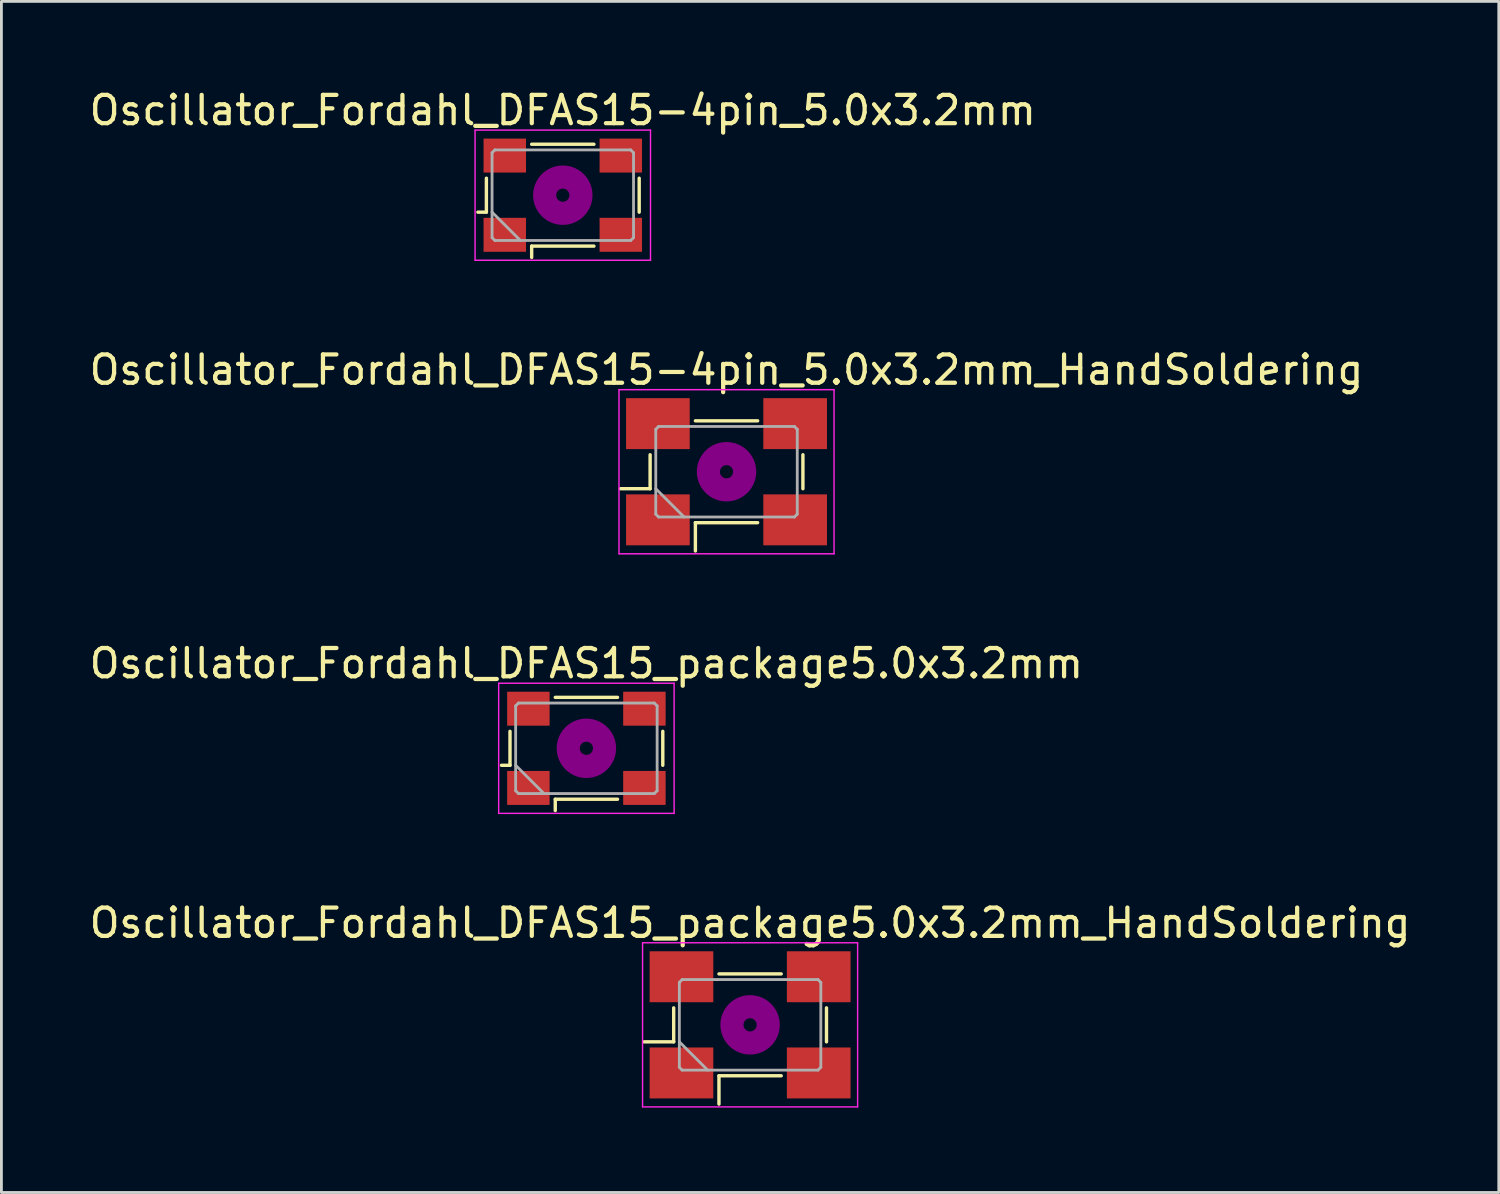
<source format=kicad_pcb>
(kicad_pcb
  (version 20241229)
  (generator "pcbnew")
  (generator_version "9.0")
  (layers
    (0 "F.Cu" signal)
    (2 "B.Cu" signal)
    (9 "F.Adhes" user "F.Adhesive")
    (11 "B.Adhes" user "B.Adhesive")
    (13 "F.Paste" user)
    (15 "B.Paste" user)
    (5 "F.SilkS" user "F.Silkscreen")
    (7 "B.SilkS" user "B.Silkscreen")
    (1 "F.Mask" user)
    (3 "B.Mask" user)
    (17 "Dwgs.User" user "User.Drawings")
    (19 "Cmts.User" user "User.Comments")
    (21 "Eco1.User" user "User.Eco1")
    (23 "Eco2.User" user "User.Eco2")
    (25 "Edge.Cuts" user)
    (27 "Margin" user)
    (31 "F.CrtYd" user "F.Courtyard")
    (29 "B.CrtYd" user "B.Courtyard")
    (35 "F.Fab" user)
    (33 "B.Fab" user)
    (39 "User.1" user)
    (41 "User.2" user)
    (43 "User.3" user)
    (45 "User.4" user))
  (footprint "Oscillator_Fordahl_DFAS15-4pin_5.0x3.2mm_HandSoldering"
    (layer "F.Cu")
    (at 22.625 13.621)
    (property "Reference" "Oscillator_Fordahl_DFAS15-4pin_5.0x3.2mm_HandSoldering" (at 0 -3.6 0) (layer "F.SilkS") (effects (font (size 1 1) (thickness 0.15))))
    (attr smd)
    (fp_line (start -3.75 0.6) (end -2.7 0.6) (stroke (width 0.12) (type solid)) (layer "F.SilkS"))
    (fp_line (start -2.7 0.6) (end -2.7 -0.6) (stroke (width 0.12) (type solid)) (layer "F.SilkS"))
    (fp_line (start -1.1 -1.8) (end 1.1 -1.8) (stroke (width 0.12) (type solid)) (layer "F.SilkS"))
    (fp_line (start -1.1 1.8) (end -1.1 2.8) (stroke (width 0.12) (type solid)) (layer "F.SilkS"))
    (fp_line (start 1.1 1.8) (end -1.1 1.8) (stroke (width 0.12) (type solid)) (layer "F.SilkS"))
    (fp_line (start 2.7 -0.6) (end 2.7 0.6) (stroke (width 0.12) (type solid)) (layer "F.SilkS"))
    (fp_circle (center 0 0) (end 0.233 0) (stroke (width 0.467) (type solid)) (fill no) (layer "F.Adhes"))
    (fp_circle (center 0 0) (end 0.533 0) (stroke (width 0.333) (type solid)) (fill no) (layer "F.Adhes"))
    (fp_circle (center 0 0) (end 0.833 0) (stroke (width 0.333) (type solid)) (fill no) (layer "F.Adhes"))
    (fp_circle (center 0 0) (end 1 0) (stroke (width 0.1) (type solid)) (fill no) (layer "F.Adhes"))
    (fp_line (start -3.8 -2.9) (end -3.8 2.9) (stroke (width 0.05) (type solid)) (layer "F.CrtYd"))
    (fp_line (start -3.8 2.9) (end 3.8 2.9) (stroke (width 0.05) (type solid)) (layer "F.CrtYd"))
    (fp_line (start 3.8 -2.9) (end -3.8 -2.9) (stroke (width 0.05) (type solid)) (layer "F.CrtYd"))
    (fp_line (start 3.8 2.9) (end 3.8 -2.9) (stroke (width 0.05) (type solid)) (layer "F.CrtYd"))
    (fp_line (start -2.5 -1.5) (end -2.4 -1.6) (stroke (width 0.1) (type solid)) (layer "F.Fab"))
    (fp_line (start -2.5 0.6) (end -1.5 1.6) (stroke (width 0.1) (type solid)) (layer "F.Fab"))
    (fp_line (start -2.5 1.5) (end -2.5 -1.5) (stroke (width 0.1) (type solid)) (layer "F.Fab"))
    (fp_line (start -2.4 -1.6) (end 2.4 -1.6) (stroke (width 0.1) (type solid)) (layer "F.Fab"))
    (fp_line (start -2.4 1.6) (end -2.5 1.5) (stroke (width 0.1) (type solid)) (layer "F.Fab"))
    (fp_line (start 2.4 -1.6) (end 2.5 -1.5) (stroke (width 0.1) (type solid)) (layer "F.Fab"))
    (fp_line (start 2.4 1.6) (end -2.4 1.6) (stroke (width 0.1) (type solid)) (layer "F.Fab"))
    (fp_line (start 2.5 -1.5) (end 2.5 1.5) (stroke (width 0.1) (type solid)) (layer "F.Fab"))
    (fp_line (start 2.5 1.5) (end 2.4 1.6) (stroke (width 0.1) (type solid)) (layer "F.Fab"))
    (pad "1" smd rect (at -2.425 1.7) (size 2.25 1.8) (layers "F.Cu" "F.Mask"))
    (pad "2" smd rect (at 2.425 1.7) (size 2.25 1.8) (layers "F.Cu" "F.Mask"))
    (pad "3" smd rect (at 2.425 -1.7) (size 2.25 1.8) (layers "F.Cu" "F.Mask"))
    (pad "4" smd rect (at -2.425 -1.7) (size 2.25 1.8) (layers "F.Cu" "F.Mask")))
  (footprint "Oscillator_Fordahl_DFAS15_package5.0x3.2mm_HandSoldering"
    (layer "F.Cu")
    (at 23.458 33.168)
    (property "Reference" "Oscillator_Fordahl_DFAS15_package5.0x3.2mm_HandSoldering" (at 0 -3.6 0) (layer "F.SilkS") (effects (font (size 1 1) (thickness 0.15))))
    (attr smd)
    (fp_line (start -3.75 0.6) (end -2.7 0.6) (stroke (width 0.12) (type solid)) (layer "F.SilkS"))
    (fp_line (start -2.7 0.6) (end -2.7 -0.6) (stroke (width 0.12) (type solid)) (layer "F.SilkS"))
    (fp_line (start -1.1 -1.8) (end 1.1 -1.8) (stroke (width 0.12) (type solid)) (layer "F.SilkS"))
    (fp_line (start -1.1 1.8) (end -1.1 2.8) (stroke (width 0.12) (type solid)) (layer "F.SilkS"))
    (fp_line (start 1.1 1.8) (end -1.1 1.8) (stroke (width 0.12) (type solid)) (layer "F.SilkS"))
    (fp_line (start 2.7 -0.6) (end 2.7 0.6) (stroke (width 0.12) (type solid)) (layer "F.SilkS"))
    (fp_circle (center 0 0) (end 0.233 0) (stroke (width 0.467) (type solid)) (fill no) (layer "F.Adhes"))
    (fp_circle (center 0 0) (end 0.533 0) (stroke (width 0.333) (type solid)) (fill no) (layer "F.Adhes"))
    (fp_circle (center 0 0) (end 0.833 0) (stroke (width 0.333) (type solid)) (fill no) (layer "F.Adhes"))
    (fp_circle (center 0 0) (end 1 0) (stroke (width 0.1) (type solid)) (fill no) (layer "F.Adhes"))
    (fp_line (start -3.8 -2.9) (end -3.8 2.9) (stroke (width 0.05) (type solid)) (layer "F.CrtYd"))
    (fp_line (start -3.8 2.9) (end 3.8 2.9) (stroke (width 0.05) (type solid)) (layer "F.CrtYd"))
    (fp_line (start 3.8 -2.9) (end -3.8 -2.9) (stroke (width 0.05) (type solid)) (layer "F.CrtYd"))
    (fp_line (start 3.8 2.9) (end 3.8 -2.9) (stroke (width 0.05) (type solid)) (layer "F.CrtYd"))
    (fp_line (start -2.5 -1.5) (end -2.4 -1.6) (stroke (width 0.1) (type solid)) (layer "F.Fab"))
    (fp_line (start -2.5 0.6) (end -1.5 1.6) (stroke (width 0.1) (type solid)) (layer "F.Fab"))
    (fp_line (start -2.5 1.5) (end -2.5 -1.5) (stroke (width 0.1) (type solid)) (layer "F.Fab"))
    (fp_line (start -2.4 -1.6) (end 2.4 -1.6) (stroke (width 0.1) (type solid)) (layer "F.Fab"))
    (fp_line (start -2.4 1.6) (end -2.5 1.5) (stroke (width 0.1) (type solid)) (layer "F.Fab"))
    (fp_line (start 2.4 -1.6) (end 2.5 -1.5) (stroke (width 0.1) (type solid)) (layer "F.Fab"))
    (fp_line (start 2.4 1.6) (end -2.4 1.6) (stroke (width 0.1) (type solid)) (layer "F.Fab"))
    (fp_line (start 2.5 -1.5) (end 2.5 1.5) (stroke (width 0.1) (type solid)) (layer "F.Fab"))
    (fp_line (start 2.5 1.5) (end 2.4 1.6) (stroke (width 0.1) (type solid)) (layer "F.Fab"))
    (pad "1" smd rect (at -2.425 1.7) (size 2.25 1.8) (layers "F.Cu" "F.Mask"))
    (pad "2" smd rect (at 2.425 1.7) (size 2.25 1.8) (layers "F.Cu" "F.Mask"))
    (pad "3" smd rect (at 2.425 -1.7) (size 2.25 1.8) (layers "F.Cu" "F.Mask"))
    (pad "4" smd rect (at -2.425 -1.7) (size 2.25 1.8) (layers "F.Cu" "F.Mask")))
  (footprint "Oscillator_Fordahl_DFAS15-4pin_5.0x3.2mm"
    (layer "F.Cu")
    (at 16.839 3.848)
    (property "Reference" "Oscillator_Fordahl_DFAS15-4pin_5.0x3.2mm" (at 0 -3 0) (layer "F.SilkS") (effects (font (size 1 1) (thickness 0.15))))
    (attr smd)
    (fp_line (start -3 0.6) (end -2.7 0.6) (stroke (width 0.12) (type solid)) (layer "F.SilkS"))
    (fp_line (start -2.7 0.6) (end -2.7 -0.6) (stroke (width 0.12) (type solid)) (layer "F.SilkS"))
    (fp_line (start -1.1 -1.8) (end 1.1 -1.8) (stroke (width 0.12) (type solid)) (layer "F.SilkS"))
    (fp_line (start -1.1 1.8) (end -1.1 2.2) (stroke (width 0.12) (type solid)) (layer "F.SilkS"))
    (fp_line (start 1.1 1.8) (end -1.1 1.8) (stroke (width 0.12) (type solid)) (layer "F.SilkS"))
    (fp_line (start 2.7 -0.6) (end 2.7 0.6) (stroke (width 0.12) (type solid)) (layer "F.SilkS"))
    (fp_circle (center 0 0) (end 0.233 0) (stroke (width 0.467) (type solid)) (fill no) (layer "F.Adhes"))
    (fp_circle (center 0 0) (end 0.533 0) (stroke (width 0.333) (type solid)) (fill no) (layer "F.Adhes"))
    (fp_circle (center 0 0) (end 0.833 0) (stroke (width 0.333) (type solid)) (fill no) (layer "F.Adhes"))
    (fp_circle (center 0 0) (end 1 0) (stroke (width 0.1) (type solid)) (fill no) (layer "F.Adhes"))
    (fp_line (start -3.1 -2.3) (end -3.1 2.3) (stroke (width 0.05) (type solid)) (layer "F.CrtYd"))
    (fp_line (start -3.1 2.3) (end 3.1 2.3) (stroke (width 0.05) (type solid)) (layer "F.CrtYd"))
    (fp_line (start 3.1 -2.3) (end -3.1 -2.3) (stroke (width 0.05) (type solid)) (layer "F.CrtYd"))
    (fp_line (start 3.1 2.3) (end 3.1 -2.3) (stroke (width 0.05) (type solid)) (layer "F.CrtYd"))
    (fp_line (start -2.5 -1.5) (end -2.4 -1.6) (stroke (width 0.1) (type solid)) (layer "F.Fab"))
    (fp_line (start -2.5 0.6) (end -1.5 1.6) (stroke (width 0.1) (type solid)) (layer "F.Fab"))
    (fp_line (start -2.5 1.5) (end -2.5 -1.5) (stroke (width 0.1) (type solid)) (layer "F.Fab"))
    (fp_line (start -2.4 -1.6) (end 2.4 -1.6) (stroke (width 0.1) (type solid)) (layer "F.Fab"))
    (fp_line (start -2.4 1.6) (end -2.5 1.5) (stroke (width 0.1) (type solid)) (layer "F.Fab"))
    (fp_line (start 2.4 -1.6) (end 2.5 -1.5) (stroke (width 0.1) (type solid)) (layer "F.Fab"))
    (fp_line (start 2.4 1.6) (end -2.4 1.6) (stroke (width 0.1) (type solid)) (layer "F.Fab"))
    (fp_line (start 2.5 -1.5) (end 2.5 1.5) (stroke (width 0.1) (type solid)) (layer "F.Fab"))
    (fp_line (start 2.5 1.5) (end 2.4 1.6) (stroke (width 0.1) (type solid)) (layer "F.Fab"))
    (pad "1" smd rect (at -2.05 1.4) (size 1.5 1.2) (layers "F.Cu" "F.Mask"))
    (pad "2" smd rect (at 2.05 1.4) (size 1.5 1.2) (layers "F.Cu" "F.Mask"))
    (pad "3" smd rect (at 2.05 -1.4) (size 1.5 1.2) (layers "F.Cu" "F.Mask"))
    (pad "4" smd rect (at -2.05 -1.4) (size 1.5 1.2) (layers "F.Cu" "F.Mask")))
  (footprint "Oscillator_Fordahl_DFAS15_package5.0x3.2mm"
    (layer "F.Cu")
    (at 17.673 23.395)
    (property "Reference" "Oscillator_Fordahl_DFAS15_package5.0x3.2mm" (at 0 -3 0) (layer "F.SilkS") (effects (font (size 1 1) (thickness 0.15))))
    (attr smd)
    (fp_line (start -3 0.6) (end -2.7 0.6) (stroke (width 0.12) (type solid)) (layer "F.SilkS"))
    (fp_line (start -2.7 0.6) (end -2.7 -0.6) (stroke (width 0.12) (type solid)) (layer "F.SilkS"))
    (fp_line (start -1.1 -1.8) (end 1.1 -1.8) (stroke (width 0.12) (type solid)) (layer "F.SilkS"))
    (fp_line (start -1.1 1.8) (end -1.1 2.2) (stroke (width 0.12) (type solid)) (layer "F.SilkS"))
    (fp_line (start 1.1 1.8) (end -1.1 1.8) (stroke (width 0.12) (type solid)) (layer "F.SilkS"))
    (fp_line (start 2.7 -0.6) (end 2.7 0.6) (stroke (width 0.12) (type solid)) (layer "F.SilkS"))
    (fp_circle (center 0 0) (end 0.233 0) (stroke (width 0.467) (type solid)) (fill no) (layer "F.Adhes"))
    (fp_circle (center 0 0) (end 0.533 0) (stroke (width 0.333) (type solid)) (fill no) (layer "F.Adhes"))
    (fp_circle (center 0 0) (end 0.833 0) (stroke (width 0.333) (type solid)) (fill no) (layer "F.Adhes"))
    (fp_circle (center 0 0) (end 1 0) (stroke (width 0.1) (type solid)) (fill no) (layer "F.Adhes"))
    (fp_line (start -3.1 -2.3) (end -3.1 2.3) (stroke (width 0.05) (type solid)) (layer "F.CrtYd"))
    (fp_line (start -3.1 2.3) (end 3.1 2.3) (stroke (width 0.05) (type solid)) (layer "F.CrtYd"))
    (fp_line (start 3.1 -2.3) (end -3.1 -2.3) (stroke (width 0.05) (type solid)) (layer "F.CrtYd"))
    (fp_line (start 3.1 2.3) (end 3.1 -2.3) (stroke (width 0.05) (type solid)) (layer "F.CrtYd"))
    (fp_line (start -2.5 -1.5) (end -2.4 -1.6) (stroke (width 0.1) (type solid)) (layer "F.Fab"))
    (fp_line (start -2.5 0.6) (end -1.5 1.6) (stroke (width 0.1) (type solid)) (layer "F.Fab"))
    (fp_line (start -2.5 1.5) (end -2.5 -1.5) (stroke (width 0.1) (type solid)) (layer "F.Fab"))
    (fp_line (start -2.4 -1.6) (end 2.4 -1.6) (stroke (width 0.1) (type solid)) (layer "F.Fab"))
    (fp_line (start -2.4 1.6) (end -2.5 1.5) (stroke (width 0.1) (type solid)) (layer "F.Fab"))
    (fp_line (start 2.4 -1.6) (end 2.5 -1.5) (stroke (width 0.1) (type solid)) (layer "F.Fab"))
    (fp_line (start 2.4 1.6) (end -2.4 1.6) (stroke (width 0.1) (type solid)) (layer "F.Fab"))
    (fp_line (start 2.5 -1.5) (end 2.5 1.5) (stroke (width 0.1) (type solid)) (layer "F.Fab"))
    (fp_line (start 2.5 1.5) (end 2.4 1.6) (stroke (width 0.1) (type solid)) (layer "F.Fab"))
    (pad "1" smd rect (at -2.05 1.4) (size 1.5 1.2) (layers "F.Cu" "F.Mask"))
    (pad "2" smd rect (at 2.05 1.4) (size 1.5 1.2) (layers "F.Cu" "F.Mask"))
    (pad "3" smd rect (at 2.05 -1.4) (size 1.5 1.2) (layers "F.Cu" "F.Mask"))
    (pad "4" smd rect (at -2.05 -1.4) (size 1.5 1.2) (layers "F.Cu" "F.Mask")))
  (gr_rect
    (start -3 -3)
    (end 49.917 39.093)
    (stroke (width 0.1) (type default))
    (fill no)
    (layer "Edge.Cuts")))
</source>
